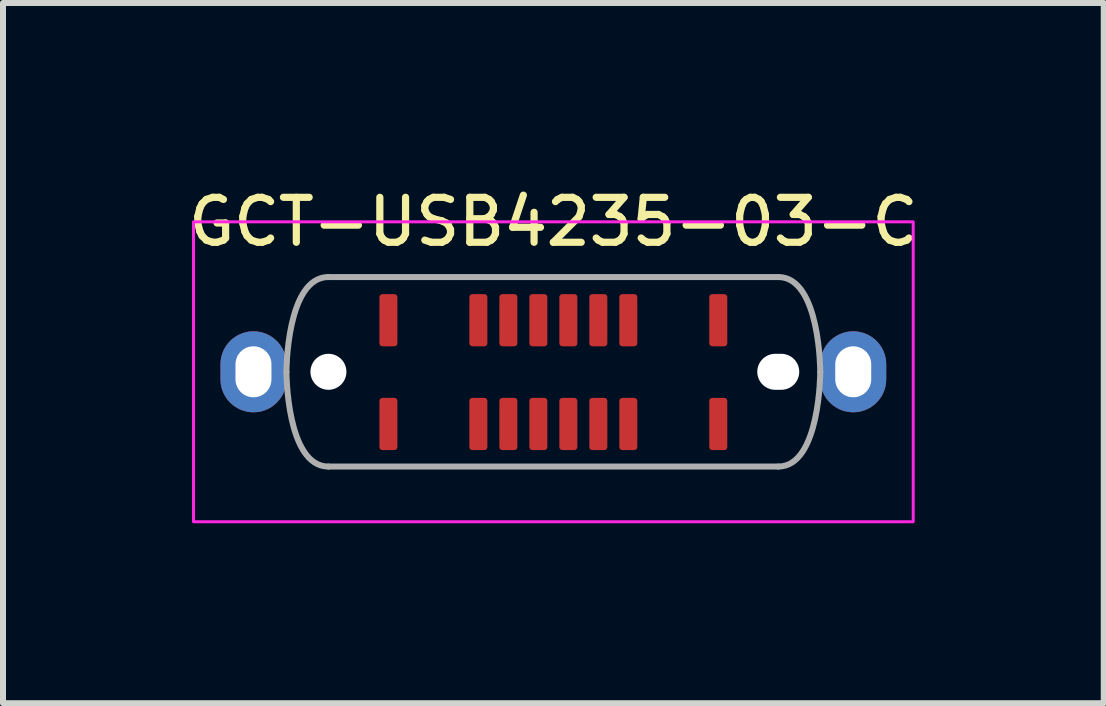
<source format=kicad_pcb>
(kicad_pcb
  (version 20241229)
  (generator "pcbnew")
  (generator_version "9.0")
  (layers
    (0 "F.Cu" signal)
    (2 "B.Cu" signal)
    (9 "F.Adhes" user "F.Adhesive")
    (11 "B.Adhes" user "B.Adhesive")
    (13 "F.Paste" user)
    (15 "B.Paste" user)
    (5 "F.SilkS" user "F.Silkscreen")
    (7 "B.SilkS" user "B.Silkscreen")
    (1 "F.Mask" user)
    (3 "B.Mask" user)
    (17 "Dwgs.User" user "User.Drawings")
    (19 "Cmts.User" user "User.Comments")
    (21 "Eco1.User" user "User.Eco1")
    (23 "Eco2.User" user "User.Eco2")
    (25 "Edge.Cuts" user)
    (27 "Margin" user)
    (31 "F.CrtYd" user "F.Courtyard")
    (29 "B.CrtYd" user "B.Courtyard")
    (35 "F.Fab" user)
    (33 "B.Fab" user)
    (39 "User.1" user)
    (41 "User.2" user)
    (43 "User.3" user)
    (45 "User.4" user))
  (footprint "GCT-USB4235-03-C"
    (layer "F.Cu")
    (at 6.176 3.149)
    (property "Reference" "GCT-USB4235-03-C" (at 0 -2.5 0) (unlocked yes) (layer "F.SilkS") (effects (font (size 0.75 0.75) (thickness 0.12))))
    (attr smd)
    (fp_rect (start -6 -2.5) (end 6 2.5) (stroke (width 0.05) (type solid)) (fill no) (layer "F.CrtYd"))
    (fp_line (start -3.75 -1.58) (end 3.75 -1.58) (stroke (width 0.1) (type solid)) (layer "F.Fab"))
    (fp_line (start -3.75 1.58) (end 3.75 1.58) (stroke (width 0.1) (type solid)) (layer "F.Fab"))
    (fp_curve (pts (xy -3.75 -1.58) (xy -4.45 -1.58) (xy -4.45 0) (xy -4.45 0)) (stroke (width 0.1) (type default)) (layer "F.Fab"))
    (fp_curve (pts (xy -3.75 1.58) (xy -4.45 1.58) (xy -4.45 0) (xy -4.45 0)) (stroke (width 0.1) (type default)) (layer "F.Fab"))
    (fp_curve (pts (xy 3.75 -1.58) (xy 4.45 -1.58) (xy 4.45 0) (xy 4.45 0)) (stroke (width 0.1) (type default)) (layer "F.Fab"))
    (fp_curve (pts (xy 3.75 1.58) (xy 4.45 1.58) (xy 4.45 0) (xy 4.45 0)) (stroke (width 0.1) (type default)) (layer "F.Fab"))
    (pad "" np_thru_hole circle (at -3.75 0) (size 0.6 0.6) (drill 0.6) (layers "*.Cu" "*.Mask"))
    (pad "" np_thru_hole oval (at 3.75 0) (size 0.7 0.6) (drill oval 0.7 0.6) (layers "*.Cu" "*.Mask"))
    (pad "A1" smd roundrect (at -2.75 -0.86) (size 0.3 0.87) (layers "F.Cu" "F.Mask" "F.Paste") (roundrect_rratio 0.167))
    (pad "A4" smd roundrect (at -1.25 -0.86) (size 0.3 0.87) (layers "F.Cu" "F.Mask" "F.Paste") (roundrect_rratio 0.167))
    (pad "A5" smd roundrect (at -0.75 -0.86) (size 0.3 0.87) (layers "F.Cu" "F.Mask" "F.Paste") (roundrect_rratio 0.167))
    (pad "A6" smd roundrect (at -0.25 -0.86) (size 0.3 0.87) (layers "F.Cu" "F.Mask" "F.Paste") (roundrect_rratio 0.167))
    (pad "A7" smd roundrect (at 0.25 -0.86) (size 0.3 0.87) (layers "F.Cu" "F.Mask" "F.Paste") (roundrect_rratio 0.167))
    (pad "A8" smd roundrect (at 0.75 -0.86) (size 0.3 0.87) (layers "F.Cu" "F.Mask" "F.Paste") (roundrect_rratio 0.167))
    (pad "A9" smd roundrect (at 1.25 -0.86) (size 0.3 0.87) (layers "F.Cu" "F.Mask" "F.Paste") (roundrect_rratio 0.167))
    (pad "A12" smd roundrect (at 2.75 -0.86) (size 0.3 0.87) (layers "F.Cu" "F.Mask" "F.Paste") (roundrect_rratio 0.167))
    (pad "B1" smd roundrect (at 2.75 0.87) (size 0.3 0.87) (layers "F.Cu" "F.Mask" "F.Paste") (roundrect_rratio 0.167))
    (pad "B4" smd roundrect (at 1.25 0.87) (size 0.3 0.87) (layers "F.Cu" "F.Mask" "F.Paste") (roundrect_rratio 0.167))
    (pad "B5" smd roundrect (at 0.75 0.87) (size 0.3 0.87) (layers "F.Cu" "F.Mask" "F.Paste") (roundrect_rratio 0.167))
    (pad "B6" smd roundrect (at 0.25 0.87) (size 0.3 0.87) (layers "F.Cu" "F.Mask" "F.Paste") (roundrect_rratio 0.167))
    (pad "B7" smd roundrect (at -0.25 0.87) (size 0.3 0.87) (layers "F.Cu" "F.Mask" "F.Paste") (roundrect_rratio 0.167))
    (pad "B8" smd roundrect (at -0.75 0.87) (size 0.3 0.87) (layers "F.Cu" "F.Mask" "F.Paste") (roundrect_rratio 0.167))
    (pad "B9" smd roundrect (at -1.25 0.87) (size 0.3 0.87) (layers "F.Cu" "F.Mask" "F.Paste") (roundrect_rratio 0.167))
    (pad "B12" smd roundrect (at -2.75 0.87) (size 0.3 0.87) (layers "F.Cu" "F.Mask" "F.Paste") (roundrect_rratio 0.167))
    (pad "S1" thru_hole oval (at -5 0) (size 1.1 1.35) (drill oval 0.6 0.85) (layers "*.Cu" "*.Mask"))
    (pad "S2" thru_hole oval (at 5 0) (size 1.1 1.35) (drill oval 0.6 0.85) (layers "*.Cu" "*.Mask")))
  (gr_rect
    (start -3 -3)
    (end 15.353 8.674)
    (stroke (width 0.1) (type default))
    (fill no)
    (layer "Edge.Cuts")))
</source>
